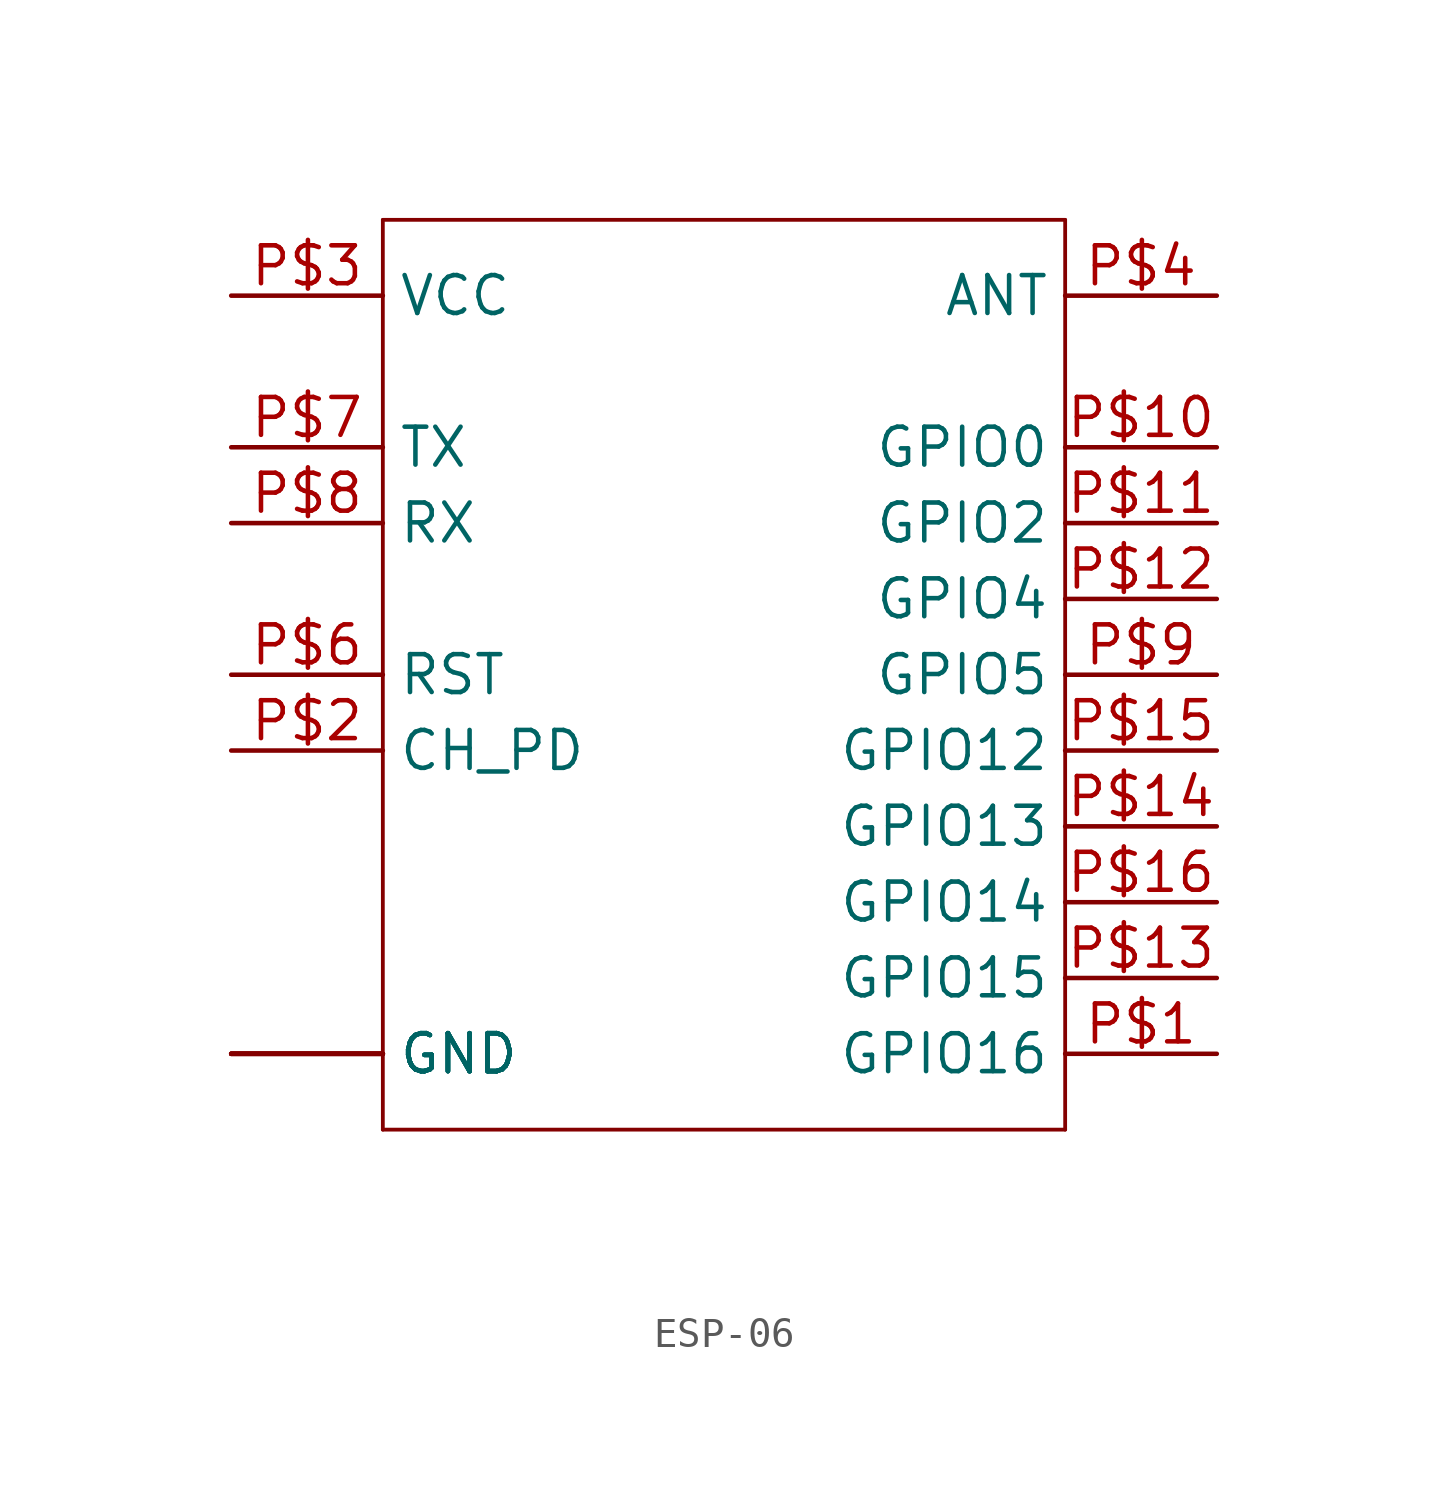
<source format=kicad_sym>
(kicad_symbol_lib
  (version 20231120)
  (generator "kicad_symbol_editor")
  (generator_version "8.99")
  (symbol "ESP-06"
    (property "Reference" ""
      (at -10.16 23.622 0)
      (effects (font (size 1.778 1.778)) (justify left bottom) (hide yes)))
    (property "Value" ""
      (at -10.16 -10.16 0)
      (effects (font (size 1.778 1.778)) (justify left bottom)))
    (property "ki_locked" ""
      (at 0 0 0)
      (effects (font (size 1.27 1.27))))
    (symbol "ESP-06_1_0"
      (polyline (pts (xy -10.16 -7.62) (xy 12.7 -7.62)) (stroke (width 0.127) (type solid)) (fill (type none)))
      (polyline (pts (xy -10.16 22.86) (xy -10.16 -7.62)) (stroke (width 0.127) (type solid)) (fill (type none)))
      (polyline (pts (xy 12.7 -7.62) (xy 12.7 22.86)) (stroke (width 0.127) (type solid)) (fill (type none)))
      (polyline (pts (xy 12.7 22.86) (xy -10.16 22.86)) (stroke (width 0.127) (type solid)) (fill (type none)))
      (pin bidirectional line (at 17.78 -5.08 180) (length 5.08) (name "GPIO16" (effects (font (size 1.27 1.27)))) (number "P$1" (effects (font (size 1.27 1.27)))))
      (pin bidirectional line (at 17.78 15.24 180) (length 5.08) (name "GPIO0" (effects (font (size 1.27 1.27)))) (number "P$10" (effects (font (size 1.27 1.27)))))
      (pin bidirectional line (at 17.78 12.7 180) (length 5.08) (name "GPIO2" (effects (font (size 1.27 1.27)))) (number "P$11" (effects (font (size 1.27 1.27)))))
      (pin bidirectional line (at 17.78 10.16 180) (length 5.08) (name "GPIO4" (effects (font (size 1.27 1.27)))) (number "P$12" (effects (font (size 1.27 1.27)))))
      (pin bidirectional line (at 17.78 -2.54 180) (length 5.08) (name "GPIO15" (effects (font (size 1.27 1.27)))) (number "P$13" (effects (font (size 1.27 1.27)))))
      (pin bidirectional line (at 17.78 2.54 180) (length 5.08) (name "GPIO13" (effects (font (size 1.27 1.27)))) (number "P$14" (effects (font (size 1.27 1.27)))))
      (pin bidirectional line (at 17.78 5.08 180) (length 5.08) (name "GPIO12" (effects (font (size 1.27 1.27)))) (number "P$15" (effects (font (size 1.27 1.27)))))
      (pin bidirectional line (at 17.78 0 180) (length 5.08) (name "GPIO14" (effects (font (size 1.27 1.27)))) (number "P$16" (effects (font (size 1.27 1.27)))))
      (pin bidirectional line (at -15.24 -5.08 0) (length 5.08) (name "GND" (effects (font (size 1.27 1.27)))) (number "P$17" (effects (font (size 0 0)))))
      (pin bidirectional line (at -15.24 -5.08 0) (length 5.08) (name "GND" (effects (font (size 1.27 1.27)))) (number "P$18" (effects (font (size 0 0)))))
      (pin bidirectional line (at -15.24 -5.08 0) (length 5.08) (name "GND" (effects (font (size 1.27 1.27)))) (number "P$19" (effects (font (size 0 0)))))
      (pin bidirectional line (at -15.24 5.08 0) (length 5.08) (name "CH_PD" (effects (font (size 1.27 1.27)))) (number "P$2" (effects (font (size 1.27 1.27)))))
      (pin bidirectional line (at -15.24 -5.08 0) (length 5.08) (name "GND" (effects (font (size 1.27 1.27)))) (number "P$20" (effects (font (size 0 0)))))
      (pin bidirectional line (at -15.24 20.32 0) (length 5.08) (name "VCC" (effects (font (size 1.27 1.27)))) (number "P$3" (effects (font (size 1.27 1.27)))))
      (pin bidirectional line (at 17.78 20.32 180) (length 5.08) (name "ANT" (effects (font (size 1.27 1.27)))) (number "P$4" (effects (font (size 1.27 1.27)))))
      (pin bidirectional line (at -15.24 -5.08 0) (length 5.08) (name "GND" (effects (font (size 1.27 1.27)))) (number "P$5" (effects (font (size 0 0)))))
      (pin bidirectional line (at -15.24 7.62 0) (length 5.08) (name "RST" (effects (font (size 1.27 1.27)))) (number "P$6" (effects (font (size 1.27 1.27)))))
      (pin bidirectional line (at -15.24 15.24 0) (length 5.08) (name "TX" (effects (font (size 1.27 1.27)))) (number "P$7" (effects (font (size 1.27 1.27)))))
      (pin bidirectional line (at -15.24 12.7 0) (length 5.08) (name "RX" (effects (font (size 1.27 1.27)))) (number "P$8" (effects (font (size 1.27 1.27)))))
      (pin bidirectional line (at 17.78 7.62 180) (length 5.08) (name "GPIO5" (effects (font (size 1.27 1.27)))) (number "P$9" (effects (font (size 1.27 1.27))))))))
</source>
